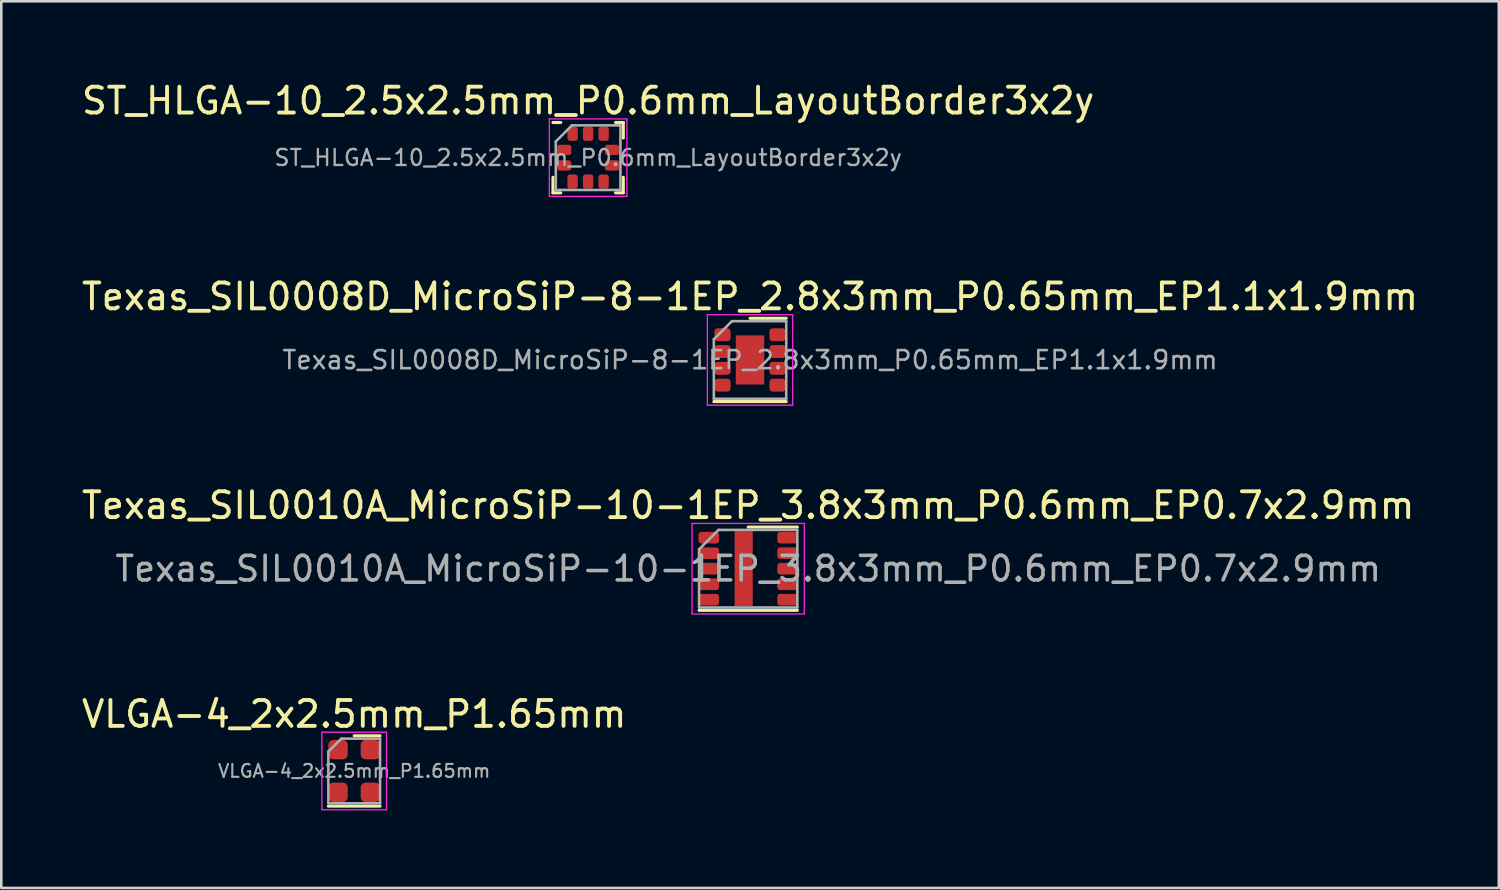
<source format=kicad_pcb>
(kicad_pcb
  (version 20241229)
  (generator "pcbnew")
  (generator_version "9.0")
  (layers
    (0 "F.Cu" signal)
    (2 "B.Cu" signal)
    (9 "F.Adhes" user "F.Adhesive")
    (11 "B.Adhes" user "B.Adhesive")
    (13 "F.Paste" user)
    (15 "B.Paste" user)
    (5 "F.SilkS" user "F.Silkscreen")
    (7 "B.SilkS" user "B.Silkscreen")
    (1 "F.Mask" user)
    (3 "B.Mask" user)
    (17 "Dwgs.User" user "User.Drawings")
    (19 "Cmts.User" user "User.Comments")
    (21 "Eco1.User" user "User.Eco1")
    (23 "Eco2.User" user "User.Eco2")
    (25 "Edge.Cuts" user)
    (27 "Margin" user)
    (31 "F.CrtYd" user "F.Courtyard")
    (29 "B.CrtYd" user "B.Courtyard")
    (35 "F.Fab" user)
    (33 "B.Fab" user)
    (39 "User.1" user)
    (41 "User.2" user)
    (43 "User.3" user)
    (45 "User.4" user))
  (footprint "Texas_SIL0008D_MicroSiP-8-1EP_2.8x3mm_P0.65mm_EP1.1x1.9mm"
    (layer "F.Cu")
    (at 25.958 10.871)
    (property "Reference" "Texas_SIL0008D_MicroSiP-8-1EP_2.8x3mm_P0.65mm_EP1.1x1.9mm" (at 0 -2.45 0) (layer "F.SilkS") (effects (font (size 1 1) (thickness 0.15))))
    (attr smd)
    (fp_line (start -1.4 1.61) (end 1.4 1.61) (stroke (width 0.12) (type solid)) (layer "F.SilkS"))
    (fp_line (start 0 -1.61) (end 1.4 -1.61) (stroke (width 0.12) (type solid)) (layer "F.SilkS"))
    (fp_line (start -1.65 -1.75) (end -1.65 1.75) (stroke (width 0.05) (type solid)) (layer "F.CrtYd"))
    (fp_line (start -1.65 1.75) (end 1.65 1.75) (stroke (width 0.05) (type solid)) (layer "F.CrtYd"))
    (fp_line (start 1.65 -1.75) (end -1.65 -1.75) (stroke (width 0.05) (type solid)) (layer "F.CrtYd"))
    (fp_line (start 1.65 1.75) (end 1.65 -1.75) (stroke (width 0.05) (type solid)) (layer "F.CrtYd"))
    (fp_line (start -1.4 -0.8) (end -0.7 -1.5) (stroke (width 0.1) (type solid)) (layer "F.Fab"))
    (fp_line (start -1.4 1.5) (end -1.4 -0.8) (stroke (width 0.1) (type solid)) (layer "F.Fab"))
    (fp_line (start -0.7 -1.5) (end 1.4 -1.5) (stroke (width 0.1) (type solid)) (layer "F.Fab"))
    (fp_line (start 1.4 -1.5) (end 1.4 1.5) (stroke (width 0.1) (type solid)) (layer "F.Fab"))
    (fp_line (start 1.4 1.5) (end -1.4 1.5) (stroke (width 0.1) (type solid)) (layer "F.Fab"))
    (fp_text user "${REFERENCE}" (at 0 0 0) (layer "F.Fab") (effects (font (size 0.7 0.7) (thickness 0.1))))
    (pad "" smd roundrect (at 0 -0.63) (size 0.89 0.51) (layers "F.Paste") (roundrect_rratio 0.25))
    (pad "" smd roundrect (at 0 0) (size 0.89 0.51) (layers "F.Paste") (roundrect_rratio 0.25))
    (pad "" smd roundrect (at 0 0.63) (size 0.89 0.51) (layers "F.Paste") (roundrect_rratio 0.25))
    (pad "1" smd roundrect (at -1.062 -0.975) (size 0.625 0.5) (layers "F.Cu" "F.Mask" "F.Paste") (roundrect_rratio 0.25))
    (pad "2" smd roundrect (at -1.062 -0.325) (size 0.625 0.5) (layers "F.Cu" "F.Mask" "F.Paste") (roundrect_rratio 0.25))
    (pad "3" smd roundrect (at -1.062 0.325) (size 0.625 0.5) (layers "F.Cu" "F.Mask" "F.Paste") (roundrect_rratio 0.25))
    (pad "4" smd roundrect (at -1.062 0.975) (size 0.625 0.5) (layers "F.Cu" "F.Mask" "F.Paste") (roundrect_rratio 0.25))
    (pad "5" smd roundrect (at 1.062 0.975) (size 0.625 0.5) (layers "F.Cu" "F.Mask" "F.Paste") (roundrect_rratio 0.25))
    (pad "6" smd roundrect (at 1.062 0.325) (size 0.625 0.5) (layers "F.Cu" "F.Mask" "F.Paste") (roundrect_rratio 0.25))
    (pad "7" smd roundrect (at 1.062 -0.325) (size 0.625 0.5) (layers "F.Cu" "F.Mask" "F.Paste") (roundrect_rratio 0.25))
    (pad "8" smd roundrect (at 1.062 -0.975) (size 0.625 0.5) (layers "F.Cu" "F.Mask" "F.Paste") (roundrect_rratio 0.25))
    (pad "9" smd rect (at 0 0) (size 1.1 1.9) (layers "F.Cu" "F.Mask")))
  (footprint "VLGA-4_2x2.5mm_P1.65mm"
    (layer "F.Cu")
    (at 10.649 26.768)
    (property "Reference" "VLGA-4_2x2.5mm_P1.65mm" (at 0 -2.2 0) (layer "F.SilkS") (effects (font (size 1 1) (thickness 0.15))))
    (attr smd)
    (fp_line (start -1 1.36) (end 1 1.36) (stroke (width 0.12) (type solid)) (layer "F.SilkS"))
    (fp_line (start 0 -1.36) (end 1 -1.36) (stroke (width 0.12) (type solid)) (layer "F.SilkS"))
    (fp_line (start -1.25 -1.5) (end -1.25 1.5) (stroke (width 0.05) (type solid)) (layer "F.CrtYd"))
    (fp_line (start -1.25 1.5) (end 1.25 1.5) (stroke (width 0.05) (type solid)) (layer "F.CrtYd"))
    (fp_line (start 1.25 -1.5) (end -1.25 -1.5) (stroke (width 0.05) (type solid)) (layer "F.CrtYd"))
    (fp_line (start 1.25 1.5) (end 1.25 -1.5) (stroke (width 0.05) (type solid)) (layer "F.CrtYd"))
    (fp_line (start -1 -0.75) (end -0.5 -1.25) (stroke (width 0.1) (type solid)) (layer "F.Fab"))
    (fp_line (start -1 1.25) (end -1 -0.75) (stroke (width 0.1) (type solid)) (layer "F.Fab"))
    (fp_line (start -0.5 -1.25) (end 1 -1.25) (stroke (width 0.1) (type solid)) (layer "F.Fab"))
    (fp_line (start 1 -1.25) (end 1 1.25) (stroke (width 0.1) (type solid)) (layer "F.Fab"))
    (fp_line (start 1 1.25) (end -1 1.25) (stroke (width 0.1) (type solid)) (layer "F.Fab"))
    (fp_text user "${REFERENCE}" (at 0 0 0) (layer "F.Fab") (effects (font (size 0.5 0.5) (thickness 0.08))))
    (pad "1" smd roundrect (at -0.625 -0.825) (size 0.75 0.75) (layers "F.Cu" "F.Mask" "F.Paste") (roundrect_rratio 0.25))
    (pad "2" smd roundrect (at -0.625 0.825) (size 0.75 0.75) (layers "F.Cu" "F.Mask" "F.Paste") (roundrect_rratio 0.25))
    (pad "3" smd roundrect (at 0.625 0.825) (size 0.75 0.75) (layers "F.Cu" "F.Mask" "F.Paste") (roundrect_rratio 0.25))
    (pad "4" smd roundrect (at 0.625 -0.825) (size 0.75 0.75) (layers "F.Cu" "F.Mask" "F.Paste") (roundrect_rratio 0.25)))
  (footprint "ST_HLGA-10_2.5x2.5mm_P0.6mm_LayoutBorder3x2y"
    (layer "F.Cu")
    (at 19.696 3.048)
    (property "Reference" "ST_HLGA-10_2.5x2.5mm_P0.6mm_LayoutBorder3x2y" (at 0 -2.2 0) (layer "F.SilkS") (effects (font (size 1 1) (thickness 0.15))))
    (attr smd)
    (fp_line (start -1.36 1.36) (end -1.36 0.76) (stroke (width 0.12) (type solid)) (layer "F.SilkS"))
    (fp_line (start -1.06 -1.36) (end -1.36 -1.36) (stroke (width 0.12) (type solid)) (layer "F.SilkS"))
    (fp_line (start -1.06 1.36) (end -1.36 1.36) (stroke (width 0.12) (type solid)) (layer "F.SilkS"))
    (fp_line (start 1.06 -1.36) (end 1.36 -1.36) (stroke (width 0.12) (type solid)) (layer "F.SilkS"))
    (fp_line (start 1.06 1.36) (end 1.36 1.36) (stroke (width 0.12) (type solid)) (layer "F.SilkS"))
    (fp_line (start 1.36 -1.36) (end 1.36 -0.76) (stroke (width 0.12) (type solid)) (layer "F.SilkS"))
    (fp_line (start 1.36 1.36) (end 1.36 0.76) (stroke (width 0.12) (type solid)) (layer "F.SilkS"))
    (fp_line (start -1.5 -1.5) (end -1.5 1.5) (stroke (width 0.05) (type solid)) (layer "F.CrtYd"))
    (fp_line (start -1.5 1.5) (end 1.5 1.5) (stroke (width 0.05) (type solid)) (layer "F.CrtYd"))
    (fp_line (start 1.5 -1.5) (end -1.5 -1.5) (stroke (width 0.05) (type solid)) (layer "F.CrtYd"))
    (fp_line (start 1.5 1.5) (end 1.5 -1.5) (stroke (width 0.05) (type solid)) (layer "F.CrtYd"))
    (fp_line (start -1.25 -0.625) (end -0.625 -1.25) (stroke (width 0.1) (type solid)) (layer "F.Fab"))
    (fp_line (start -1.25 1.25) (end -1.25 -0.625) (stroke (width 0.1) (type solid)) (layer "F.Fab"))
    (fp_line (start -0.625 -1.25) (end 1.25 -1.25) (stroke (width 0.1) (type solid)) (layer "F.Fab"))
    (fp_line (start 1.25 -1.25) (end 1.25 1.25) (stroke (width 0.1) (type solid)) (layer "F.Fab"))
    (fp_line (start 1.25 1.25) (end -1.25 1.25) (stroke (width 0.1) (type solid)) (layer "F.Fab"))
    (fp_text user "${REFERENCE}" (at 0 0 0) (layer "F.Fab") (effects (font (size 0.62 0.62) (thickness 0.09))))
    (pad "1" smd roundrect (at -0.925 -0.3) (size 0.55 0.4) (layers "F.Cu" "F.Mask" "F.Paste") (roundrect_rratio 0.25))
    (pad "2" smd roundrect (at -0.925 0.3) (size 0.55 0.4) (layers "F.Cu" "F.Mask" "F.Paste") (roundrect_rratio 0.25))
    (pad "3" smd roundrect (at -0.6 0.925) (size 0.4 0.55) (layers "F.Cu" "F.Mask" "F.Paste") (roundrect_rratio 0.25))
    (pad "4" smd roundrect (at 0 0.925) (size 0.4 0.55) (layers "F.Cu" "F.Mask" "F.Paste") (roundrect_rratio 0.25))
    (pad "5" smd roundrect (at 0.6 0.925) (size 0.4 0.55) (layers "F.Cu" "F.Mask" "F.Paste") (roundrect_rratio 0.25))
    (pad "6" smd roundrect (at 0.925 0.3) (size 0.55 0.4) (layers "F.Cu" "F.Mask" "F.Paste") (roundrect_rratio 0.25))
    (pad "7" smd roundrect (at 0.925 -0.3) (size 0.55 0.4) (layers "F.Cu" "F.Mask" "F.Paste") (roundrect_rratio 0.25))
    (pad "8" smd roundrect (at 0.6 -0.925) (size 0.4 0.55) (layers "F.Cu" "F.Mask" "F.Paste") (roundrect_rratio 0.25))
    (pad "9" smd roundrect (at 0 -0.925) (size 0.4 0.55) (layers "F.Cu" "F.Mask" "F.Paste") (roundrect_rratio 0.25))
    (pad "10" smd roundrect (at -0.6 -0.925) (size 0.4 0.55) (layers "F.Cu" "F.Mask" "F.Paste") (roundrect_rratio 0.25)))
  (footprint "Texas_SIL0010A_MicroSiP-10-1EP_3.8x3mm_P0.6mm_EP0.7x2.9mm"
    (layer "F.Cu")
    (at 25.887 18.945)
    (property "Reference" "Texas_SIL0010A_MicroSiP-10-1EP_3.8x3mm_P0.6mm_EP0.7x2.9mm" (at 0 -2.45 0) (layer "F.SilkS") (effects (font (size 1 1) (thickness 0.15))))
    (attr smd)
    (fp_line (start -1.9 1.61) (end 1.9 1.61) (stroke (width 0.12) (type solid)) (layer "F.SilkS"))
    (fp_line (start 0 -1.61) (end 1.9 -1.61) (stroke (width 0.12) (type solid)) (layer "F.SilkS"))
    (fp_line (start -2.17 -1.75) (end -2.17 1.75) (stroke (width 0.05) (type solid)) (layer "F.CrtYd"))
    (fp_line (start -2.17 1.75) (end 2.17 1.75) (stroke (width 0.05) (type solid)) (layer "F.CrtYd"))
    (fp_line (start 2.17 -1.75) (end -2.17 -1.75) (stroke (width 0.05) (type solid)) (layer "F.CrtYd"))
    (fp_line (start 2.17 1.75) (end 2.17 -1.75) (stroke (width 0.05) (type solid)) (layer "F.CrtYd"))
    (fp_line (start -1.9 -0.75) (end -1.15 -1.5) (stroke (width 0.1) (type solid)) (layer "F.Fab"))
    (fp_line (start -1.9 1.5) (end -1.9 -0.75) (stroke (width 0.1) (type solid)) (layer "F.Fab"))
    (fp_line (start -1.15 -1.5) (end 1.9 -1.5) (stroke (width 0.1) (type solid)) (layer "F.Fab"))
    (fp_line (start 1.9 -1.5) (end 1.9 1.5) (stroke (width 0.1) (type solid)) (layer "F.Fab"))
    (fp_line (start 1.9 1.5) (end -1.9 1.5) (stroke (width 0.1) (type solid)) (layer "F.Fab"))
    (fp_text user "${REFERENCE}" (at 0 0 0) (layer "F.Fab") (effects (font (size 0.95 0.95) (thickness 0.14))))
    (pad "" smd roundrect (at -0.175 -0.97) (size 0.56 0.78) (layers "F.Paste") (roundrect_rratio 0.25))
    (pad "" smd roundrect (at -0.175 0) (size 0.56 0.78) (layers "F.Paste") (roundrect_rratio 0.25))
    (pad "" smd roundrect (at -0.175 0.97) (size 0.56 0.78) (layers "F.Paste") (roundrect_rratio 0.25))
    (pad "1" smd roundrect (at -1.525 -1.2) (size 0.8 0.45) (layers "F.Cu" "F.Mask" "F.Paste") (roundrect_rratio 0.25))
    (pad "2" smd roundrect (at -1.525 -0.6) (size 0.8 0.45) (layers "F.Cu" "F.Mask" "F.Paste") (roundrect_rratio 0.25))
    (pad "3" smd roundrect (at -1.525 0) (size 0.8 0.45) (layers "F.Cu" "F.Mask" "F.Paste") (roundrect_rratio 0.25))
    (pad "4" smd roundrect (at -1.525 0.6) (size 0.8 0.45) (layers "F.Cu" "F.Mask" "F.Paste") (roundrect_rratio 0.25))
    (pad "5" smd roundrect (at -1.525 1.2) (size 0.8 0.45) (layers "F.Cu" "F.Mask" "F.Paste") (roundrect_rratio 0.25))
    (pad "6" smd roundrect (at 1.525 1.2) (size 0.8 0.45) (layers "F.Cu" "F.Mask" "F.Paste") (roundrect_rratio 0.25))
    (pad "7" smd roundrect (at 1.525 0.6) (size 0.8 0.45) (layers "F.Cu" "F.Mask" "F.Paste") (roundrect_rratio 0.25))
    (pad "8" smd roundrect (at 1.525 0) (size 0.8 0.45) (layers "F.Cu" "F.Mask" "F.Paste") (roundrect_rratio 0.25))
    (pad "9" smd roundrect (at 1.525 -0.6) (size 0.8 0.45) (layers "F.Cu" "F.Mask" "F.Paste") (roundrect_rratio 0.25))
    (pad "10" smd roundrect (at 1.525 -1.2) (size 0.8 0.45) (layers "F.Cu" "F.Mask" "F.Paste") (roundrect_rratio 0.25))
    (pad "11" smd rect (at -0.175 0) (size 0.7 2.9) (layers "F.Cu" "F.Mask")))
  (gr_rect
    (start -3 -3)
    (end 54.917 31.293)
    (stroke (width 0.1) (type default))
    (fill no)
    (layer "Edge.Cuts")))
</source>
